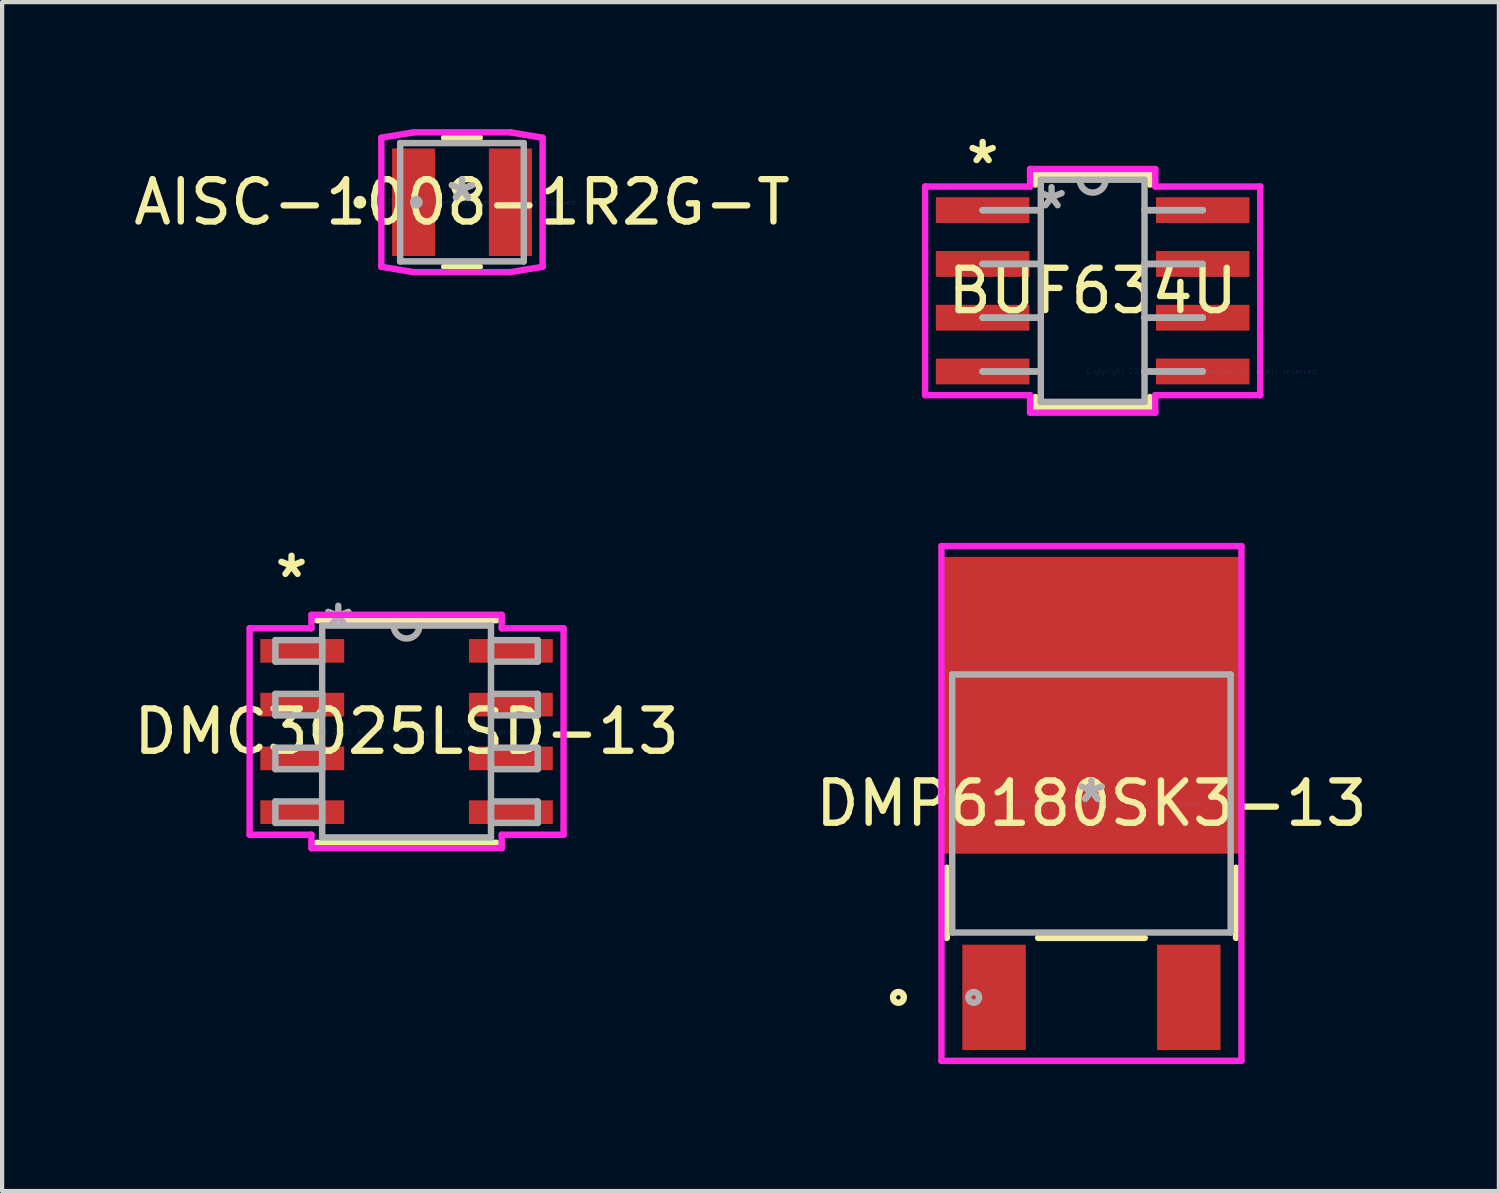
<source format=kicad_pcb>
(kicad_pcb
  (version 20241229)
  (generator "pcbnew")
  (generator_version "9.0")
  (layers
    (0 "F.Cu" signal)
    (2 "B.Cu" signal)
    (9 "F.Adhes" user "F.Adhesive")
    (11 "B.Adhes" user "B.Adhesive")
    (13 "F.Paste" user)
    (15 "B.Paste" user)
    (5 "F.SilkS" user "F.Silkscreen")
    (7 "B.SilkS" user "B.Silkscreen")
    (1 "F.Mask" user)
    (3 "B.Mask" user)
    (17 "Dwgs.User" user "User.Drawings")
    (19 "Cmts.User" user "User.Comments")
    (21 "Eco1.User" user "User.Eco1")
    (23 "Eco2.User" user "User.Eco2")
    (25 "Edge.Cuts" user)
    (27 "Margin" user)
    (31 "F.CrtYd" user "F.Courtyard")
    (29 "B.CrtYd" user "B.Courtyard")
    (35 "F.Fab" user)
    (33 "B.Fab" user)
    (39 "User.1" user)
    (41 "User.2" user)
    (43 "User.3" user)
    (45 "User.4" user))
  (footprint "DMP6180SK3-13"
    (layer "F.Cu")
    (at 22.732 15.93)
    (property "Reference" "DMP6180SK3-13" (at 0 0 0) (layer "F.SilkS") (effects (font (size 1 1) (thickness 0.15))))
    (attr through_hole)
    (fp_line (start -3.416 1.518) (end -3.416 3.175) (stroke (width 0.152) (type solid)) (layer "F.SilkS"))
    (fp_line (start -1.259 3.175) (end 1.259 3.175) (stroke (width 0.152) (type solid)) (layer "F.SilkS"))
    (fp_line (start 3.416 3.175) (end 3.416 1.518) (stroke (width 0.152) (type solid)) (layer "F.SilkS"))
    (fp_circle (center -4.559 4.58) (end -4.432 4.58) (stroke (width 0.152) (type solid)) (fill no) (layer "F.SilkS"))
    (fp_line (start -3.543 -6.079) (end 3.543 -6.079) (stroke (width 0.152) (type solid)) (layer "F.CrtYd"))
    (fp_line (start -3.543 6.079) (end -3.543 -6.079) (stroke (width 0.152) (type solid)) (layer "F.CrtYd"))
    (fp_line (start 3.543 -6.079) (end 3.543 6.079) (stroke (width 0.152) (type solid)) (layer "F.CrtYd"))
    (fp_line (start 3.543 6.079) (end -3.543 6.079) (stroke (width 0.152) (type solid)) (layer "F.CrtYd"))
    (fp_line (start -3.289 -3.048) (end -3.289 3.048) (stroke (width 0.152) (type solid)) (layer "F.Fab"))
    (fp_line (start -3.289 3.048) (end 3.289 3.048) (stroke (width 0.152) (type solid)) (layer "F.Fab"))
    (fp_line (start 3.289 -3.048) (end -3.289 -3.048) (stroke (width 0.152) (type solid)) (layer "F.Fab"))
    (fp_line (start 3.289 3.048) (end 3.289 -3.048) (stroke (width 0.152) (type solid)) (layer "F.Fab"))
    (fp_circle (center -2.781 4.58) (end -2.654 4.58) (stroke (width 0.152) (type solid)) (fill no) (layer "F.Fab"))
    (fp_text user "*" (at 0 0 0) (layer "F.SilkS") (effects (font (size 1 1) (thickness 0.15))))
    (fp_text user "Copyright 2016 Accelerated Designs. All rights reserved." (at 0 0 0) (layer "Cmts.User") (effects (font (size 0.127 0.127) (thickness 0.002))))
    (fp_text user "*" (at 0 0 0) (layer "F.Fab") (effects (font (size 1 1) (thickness 0.15))))
    (pad "1" smd rect (at -2.3 4.58) (size 1.499 2.489) (layers "F.Cu" "F.Mask" "F.Paste"))
    (pad "2" smd rect (at 2.3 4.58) (size 1.499 2.489) (layers "F.Cu" "F.Mask" "F.Paste"))
    (pad "3" smd rect (at 0 -2.32) (size 7.01 7.01) (layers "F.Cu" "F.Mask" "F.Paste")))
  (footprint "AISC-1008-1R2G-T"
    (layer "F.Cu")
    (at 7.863 1.727)
    (property "Reference" "AISC-1008-1R2G-T" (at 0 0 0) (layer "F.SilkS") (effects (font (size 1 1) (thickness 0.15))))
    (attr through_hole)
    (fp_line (start -0.42 -1.524) (end 0.42 -1.524) (stroke (width 0.152) (type solid)) (layer "F.SilkS"))
    (fp_line (start 0.42 1.524) (end -0.42 1.524) (stroke (width 0.152) (type solid)) (layer "F.SilkS"))
    (fp_circle (center -2.413 0) (end -2.337 0) (stroke (width 0.152) (type solid)) (fill no) (layer "F.SilkS"))
    (fp_line (start -1.905 -1.524) (end -1.143 -1.651) (stroke (width 0.152) (type solid)) (layer "F.CrtYd"))
    (fp_line (start -1.905 1.524) (end -1.905 -1.524) (stroke (width 0.152) (type solid)) (layer "F.CrtYd"))
    (fp_line (start -1.905 1.524) (end -1.905 1.524) (stroke (width 0.152) (type solid)) (layer "F.CrtYd"))
    (fp_line (start -1.143 -1.651) (end 1.143 -1.651) (stroke (width 0.152) (type solid)) (layer "F.CrtYd"))
    (fp_line (start -1.143 1.651) (end -1.905 1.524) (stroke (width 0.152) (type solid)) (layer "F.CrtYd"))
    (fp_line (start 1.143 -1.651) (end 1.905 -1.524) (stroke (width 0.152) (type solid)) (layer "F.CrtYd"))
    (fp_line (start 1.143 1.651) (end -1.143 1.651) (stroke (width 0.152) (type solid)) (layer "F.CrtYd"))
    (fp_line (start 1.905 -1.524) (end 1.905 1.524) (stroke (width 0.152) (type solid)) (layer "F.CrtYd"))
    (fp_line (start 1.905 1.524) (end 1.143 1.651) (stroke (width 0.152) (type solid)) (layer "F.CrtYd"))
    (fp_line (start -1.46 -1.397) (end -1.46 -1.397) (stroke (width 0.152) (type solid)) (layer "F.Fab"))
    (fp_line (start -1.46 -1.397) (end 1.46 -1.397) (stroke (width 0.152) (type solid)) (layer "F.Fab"))
    (fp_line (start -1.46 1.397) (end -1.46 -1.397) (stroke (width 0.152) (type solid)) (layer "F.Fab"))
    (fp_line (start -1.46 1.397) (end -1.46 1.397) (stroke (width 0.152) (type solid)) (layer "F.Fab"))
    (fp_line (start 1.46 -1.397) (end 1.46 -1.397) (stroke (width 0.152) (type solid)) (layer "F.Fab"))
    (fp_line (start 1.46 -1.397) (end 1.46 1.397) (stroke (width 0.152) (type solid)) (layer "F.Fab"))
    (fp_line (start 1.46 1.397) (end -1.46 1.397) (stroke (width 0.152) (type solid)) (layer "F.Fab"))
    (fp_line (start 1.46 1.397) (end 1.46 1.397) (stroke (width 0.152) (type solid)) (layer "F.Fab"))
    (fp_circle (center -1.079 0) (end -1.003 0) (stroke (width 0.152) (type solid)) (fill no) (layer "F.Fab"))
    (fp_text user "*" (at 0 0 0) (layer "F.SilkS") (effects (font (size 1 1) (thickness 0.15))))
    (fp_text user "Copyright 2016 Accelerated Designs. All rights reserved." (at 0 0 0) (layer "Cmts.User") (effects (font (size 0.127 0.127) (thickness 0.002))))
    (fp_text user "*" (at 0 0 0) (layer "F.Fab") (effects (font (size 1 1) (thickness 0.15))))
    (pad "1" smd rect (at -1.143 0) (size 1.016 2.54) (layers "F.Cu" "F.Mask" "F.Paste"))
    (pad "2" smd rect (at 1.143 0) (size 1.016 2.54) (layers "F.Cu" "F.Mask" "F.Paste")))
  (footprint "BUF634U"
    (layer "F.Cu")
    (at 25.361 5.725)
    (property "Reference" "BUF634U" (at -2.6 -1.905 0) (layer "F.SilkS") (effects (font (size 1 1) (thickness 0.15))))
    (attr through_hole)
    (fp_line (start -3.952 -4.656) (end -3.952 -4.415) (stroke (width 0.152) (type solid)) (layer "F.SilkS"))
    (fp_line (start -3.952 0.605) (end -3.952 0.846) (stroke (width 0.152) (type solid)) (layer "F.SilkS"))
    (fp_line (start -3.952 0.846) (end -1.248 0.846) (stroke (width 0.152) (type solid)) (layer "F.SilkS"))
    (fp_line (start -1.248 -4.656) (end -3.952 -4.656) (stroke (width 0.152) (type solid)) (layer "F.SilkS"))
    (fp_line (start -1.248 -4.415) (end -1.248 -4.656) (stroke (width 0.152) (type solid)) (layer "F.SilkS"))
    (fp_line (start -1.248 0.846) (end -1.248 0.605) (stroke (width 0.152) (type solid)) (layer "F.SilkS"))
    (fp_line (start -6.558 -4.369) (end -6.558 0.559) (stroke (width 0.152) (type solid)) (layer "F.CrtYd"))
    (fp_line (start -6.558 0.559) (end -4.079 0.559) (stroke (width 0.152) (type solid)) (layer "F.CrtYd"))
    (fp_line (start -4.079 -4.783) (end -4.079 -4.369) (stroke (width 0.152) (type solid)) (layer "F.CrtYd"))
    (fp_line (start -4.079 -4.369) (end -6.558 -4.369) (stroke (width 0.152) (type solid)) (layer "F.CrtYd"))
    (fp_line (start -4.079 0.559) (end -4.079 0.973) (stroke (width 0.152) (type solid)) (layer "F.CrtYd"))
    (fp_line (start -4.079 0.973) (end -1.121 0.973) (stroke (width 0.152) (type solid)) (layer "F.CrtYd"))
    (fp_line (start -1.121 -4.783) (end -4.079 -4.783) (stroke (width 0.152) (type solid)) (layer "F.CrtYd"))
    (fp_line (start -1.121 -4.369) (end -1.121 -4.783) (stroke (width 0.152) (type solid)) (layer "F.CrtYd"))
    (fp_line (start -1.121 0.559) (end 1.359 0.559) (stroke (width 0.152) (type solid)) (layer "F.CrtYd"))
    (fp_line (start -1.121 0.973) (end -1.121 0.559) (stroke (width 0.152) (type solid)) (layer "F.CrtYd"))
    (fp_line (start 1.359 -4.369) (end -1.121 -4.369) (stroke (width 0.152) (type solid)) (layer "F.CrtYd"))
    (fp_line (start 1.359 0.559) (end 1.359 -4.369) (stroke (width 0.152) (type solid)) (layer "F.CrtYd"))
    (fp_line (start -5.199 -3.81) (end -5.199 -3.81) (stroke (width 0.152) (type solid)) (layer "F.Fab"))
    (fp_line (start -5.199 -3.81) (end -3.825 -3.81) (stroke (width 0.152) (type solid)) (layer "F.Fab"))
    (fp_line (start -5.199 -2.54) (end -5.199 -2.54) (stroke (width 0.152) (type solid)) (layer "F.Fab"))
    (fp_line (start -5.199 -2.54) (end -3.825 -2.54) (stroke (width 0.152) (type solid)) (layer "F.Fab"))
    (fp_line (start -5.199 -1.27) (end -5.199 -1.27) (stroke (width 0.152) (type solid)) (layer "F.Fab"))
    (fp_line (start -5.199 -1.27) (end -3.825 -1.27) (stroke (width 0.152) (type solid)) (layer "F.Fab"))
    (fp_line (start -5.199 0) (end -5.199 0) (stroke (width 0.152) (type solid)) (layer "F.Fab"))
    (fp_line (start -5.199 0) (end -3.825 0) (stroke (width 0.152) (type solid)) (layer "F.Fab"))
    (fp_line (start -3.825 -4.529) (end -3.825 0.719) (stroke (width 0.152) (type solid)) (layer "F.Fab"))
    (fp_line (start -3.825 -3.81) (end -5.199 -3.81) (stroke (width 0.152) (type solid)) (layer "F.Fab"))
    (fp_line (start -3.825 -3.81) (end -3.825 -3.81) (stroke (width 0.152) (type solid)) (layer "F.Fab"))
    (fp_line (start -3.825 -2.54) (end -5.199 -2.54) (stroke (width 0.152) (type solid)) (layer "F.Fab"))
    (fp_line (start -3.825 -2.54) (end -3.825 -2.54) (stroke (width 0.152) (type solid)) (layer "F.Fab"))
    (fp_line (start -3.825 -1.27) (end -5.199 -1.27) (stroke (width 0.152) (type solid)) (layer "F.Fab"))
    (fp_line (start -3.825 -1.27) (end -3.825 -1.27) (stroke (width 0.152) (type solid)) (layer "F.Fab"))
    (fp_line (start -3.825 0) (end -5.199 0) (stroke (width 0.152) (type solid)) (layer "F.Fab"))
    (fp_line (start -3.825 0) (end -3.825 0) (stroke (width 0.152) (type solid)) (layer "F.Fab"))
    (fp_line (start -3.825 0.719) (end -1.375 0.719) (stroke (width 0.152) (type solid)) (layer "F.Fab"))
    (fp_line (start -1.375 -4.529) (end -3.825 -4.529) (stroke (width 0.152) (type solid)) (layer "F.Fab"))
    (fp_line (start -1.375 -3.81) (end -1.375 -3.81) (stroke (width 0.152) (type solid)) (layer "F.Fab"))
    (fp_line (start -1.375 -3.81) (end 0 -3.81) (stroke (width 0.152) (type solid)) (layer "F.Fab"))
    (fp_line (start -1.375 -2.54) (end -1.375 -2.54) (stroke (width 0.152) (type solid)) (layer "F.Fab"))
    (fp_line (start -1.375 -2.54) (end 0 -2.54) (stroke (width 0.152) (type solid)) (layer "F.Fab"))
    (fp_line (start -1.375 -1.27) (end -1.375 -1.27) (stroke (width 0.152) (type solid)) (layer "F.Fab"))
    (fp_line (start -1.375 -1.27) (end 0 -1.27) (stroke (width 0.152) (type solid)) (layer "F.Fab"))
    (fp_line (start -1.375 0) (end -1.375 0) (stroke (width 0.152) (type solid)) (layer "F.Fab"))
    (fp_line (start -1.375 0) (end 0 0) (stroke (width 0.152) (type solid)) (layer "F.Fab"))
    (fp_line (start -1.375 0.719) (end -1.375 -4.529) (stroke (width 0.152) (type solid)) (layer "F.Fab"))
    (fp_line (start 0 -3.81) (end -1.375 -3.81) (stroke (width 0.152) (type solid)) (layer "F.Fab"))
    (fp_line (start 0 -3.81) (end 0 -3.81) (stroke (width 0.152) (type solid)) (layer "F.Fab"))
    (fp_line (start 0 -2.54) (end -1.375 -2.54) (stroke (width 0.152) (type solid)) (layer "F.Fab"))
    (fp_line (start 0 -2.54) (end 0 -2.54) (stroke (width 0.152) (type solid)) (layer "F.Fab"))
    (fp_line (start 0 -1.27) (end -1.375 -1.27) (stroke (width 0.152) (type solid)) (layer "F.Fab"))
    (fp_line (start 0 -1.27) (end 0 -1.27) (stroke (width 0.152) (type solid)) (layer "F.Fab"))
    (fp_line (start 0 0) (end -1.375 0) (stroke (width 0.152) (type solid)) (layer "F.Fab"))
    (fp_line (start 0 0) (end 0 0) (stroke (width 0.152) (type solid)) (layer "F.Fab"))
    (fp_arc (start -2.29489 -4.529356) (mid -2.59969 -4.224556) (end -2.90449 -4.529356) (stroke (width 0.1524) (type solid)) (layer "F.Fab"))
    (fp_text user "*" (at -5.199 -4.877 0) (layer "F.SilkS") (effects (font (size 1 1) (thickness 0.15))))
    (fp_text user "Copyright 2016 Accelerated Designs. All rights reserved." (at 0 0 0) (layer "Cmts.User") (effects (font (size 0.127 0.127) (thickness 0.002))))
    (fp_text user "*" (at -3.571 -3.81 0) (layer "F.Fab") (effects (font (size 1 1) (thickness 0.15))))
    (pad "1" smd rect (at -5.199 -3.81) (size 2.21 0.61) (layers "F.Cu" "F.Mask" "F.Paste"))
    (pad "2" smd rect (at -5.199 -2.54) (size 2.21 0.61) (layers "F.Cu" "F.Mask" "F.Paste"))
    (pad "3" smd rect (at -5.199 -1.27) (size 2.21 0.61) (layers "F.Cu" "F.Mask" "F.Paste"))
    (pad "4" smd rect (at -5.199 0) (size 2.21 0.61) (layers "F.Cu" "F.Mask" "F.Paste"))
    (pad "5" smd rect (at 0 0) (size 2.21 0.61) (layers "F.Cu" "F.Mask" "F.Paste"))
    (pad "6" smd rect (at 0 -1.27) (size 2.21 0.61) (layers "F.Cu" "F.Mask" "F.Paste"))
    (pad "7" smd rect (at 0 -2.54) (size 2.21 0.61) (layers "F.Cu" "F.Mask" "F.Paste"))
    (pad "8" smd rect (at 0 -3.81) (size 2.21 0.61) (layers "F.Cu" "F.Mask" "F.Paste")))
  (footprint "DMC3025LSD-13"
    (layer "F.Cu")
    (at 6.554 14.23)
    (property "Reference" "DMC3025LSD-13" (at 0 0 0) (layer "F.SilkS") (effects (font (size 1 1) (thickness 0.15))))
    (attr through_hole)
    (fp_line (start -2.121 2.629) (end 2.121 2.629) (stroke (width 0.152) (type solid)) (layer "F.SilkS"))
    (fp_line (start 2.121 -2.629) (end -2.121 -2.629) (stroke (width 0.152) (type solid)) (layer "F.SilkS"))
    (fp_line (start -3.708 -2.438) (end -2.248 -2.438) (stroke (width 0.152) (type solid)) (layer "F.CrtYd"))
    (fp_line (start -3.708 2.438) (end -3.708 -2.438) (stroke (width 0.152) (type solid)) (layer "F.CrtYd"))
    (fp_line (start -2.248 -2.756) (end 2.248 -2.756) (stroke (width 0.152) (type solid)) (layer "F.CrtYd"))
    (fp_line (start -2.248 -2.438) (end -2.248 -2.756) (stroke (width 0.152) (type solid)) (layer "F.CrtYd"))
    (fp_line (start -2.248 2.438) (end -3.708 2.438) (stroke (width 0.152) (type solid)) (layer "F.CrtYd"))
    (fp_line (start -2.248 2.756) (end -2.248 2.438) (stroke (width 0.152) (type solid)) (layer "F.CrtYd"))
    (fp_line (start 2.248 -2.756) (end 2.248 -2.438) (stroke (width 0.152) (type solid)) (layer "F.CrtYd"))
    (fp_line (start 2.248 -2.438) (end 3.708 -2.438) (stroke (width 0.152) (type solid)) (layer "F.CrtYd"))
    (fp_line (start 2.248 2.438) (end 2.248 2.756) (stroke (width 0.152) (type solid)) (layer "F.CrtYd"))
    (fp_line (start 2.248 2.756) (end -2.248 2.756) (stroke (width 0.152) (type solid)) (layer "F.CrtYd"))
    (fp_line (start 3.708 -2.438) (end 3.708 2.438) (stroke (width 0.152) (type solid)) (layer "F.CrtYd"))
    (fp_line (start 3.708 2.438) (end 2.248 2.438) (stroke (width 0.152) (type solid)) (layer "F.CrtYd"))
    (fp_line (start -3.099 -2.159) (end -3.099 -1.651) (stroke (width 0.152) (type solid)) (layer "F.Fab"))
    (fp_line (start -3.099 -1.651) (end -1.994 -1.651) (stroke (width 0.152) (type solid)) (layer "F.Fab"))
    (fp_line (start -3.099 -0.889) (end -3.099 -0.381) (stroke (width 0.152) (type solid)) (layer "F.Fab"))
    (fp_line (start -3.099 -0.381) (end -1.994 -0.381) (stroke (width 0.152) (type solid)) (layer "F.Fab"))
    (fp_line (start -3.099 0.381) (end -3.099 0.889) (stroke (width 0.152) (type solid)) (layer "F.Fab"))
    (fp_line (start -3.099 0.889) (end -1.994 0.889) (stroke (width 0.152) (type solid)) (layer "F.Fab"))
    (fp_line (start -3.099 1.651) (end -3.099 2.159) (stroke (width 0.152) (type solid)) (layer "F.Fab"))
    (fp_line (start -3.099 2.159) (end -1.994 2.159) (stroke (width 0.152) (type solid)) (layer "F.Fab"))
    (fp_line (start -1.994 -2.502) (end -1.994 2.502) (stroke (width 0.152) (type solid)) (layer "F.Fab"))
    (fp_line (start -1.994 -2.159) (end -3.099 -2.159) (stroke (width 0.152) (type solid)) (layer "F.Fab"))
    (fp_line (start -1.994 -1.651) (end -1.994 -2.159) (stroke (width 0.152) (type solid)) (layer "F.Fab"))
    (fp_line (start -1.994 -0.889) (end -3.099 -0.889) (stroke (width 0.152) (type solid)) (layer "F.Fab"))
    (fp_line (start -1.994 -0.381) (end -1.994 -0.889) (stroke (width 0.152) (type solid)) (layer "F.Fab"))
    (fp_line (start -1.994 0.381) (end -3.099 0.381) (stroke (width 0.152) (type solid)) (layer "F.Fab"))
    (fp_line (start -1.994 0.889) (end -1.994 0.381) (stroke (width 0.152) (type solid)) (layer "F.Fab"))
    (fp_line (start -1.994 1.651) (end -3.099 1.651) (stroke (width 0.152) (type solid)) (layer "F.Fab"))
    (fp_line (start -1.994 2.159) (end -1.994 1.651) (stroke (width 0.152) (type solid)) (layer "F.Fab"))
    (fp_line (start -1.994 2.502) (end 1.994 2.502) (stroke (width 0.152) (type solid)) (layer "F.Fab"))
    (fp_line (start 1.994 -2.502) (end -1.994 -2.502) (stroke (width 0.152) (type solid)) (layer "F.Fab"))
    (fp_line (start 1.994 -2.159) (end 1.994 -1.651) (stroke (width 0.152) (type solid)) (layer "F.Fab"))
    (fp_line (start 1.994 -1.651) (end 3.099 -1.651) (stroke (width 0.152) (type solid)) (layer "F.Fab"))
    (fp_line (start 1.994 -0.889) (end 1.994 -0.381) (stroke (width 0.152) (type solid)) (layer "F.Fab"))
    (fp_line (start 1.994 -0.381) (end 3.099 -0.381) (stroke (width 0.152) (type solid)) (layer "F.Fab"))
    (fp_line (start 1.994 0.381) (end 1.994 0.889) (stroke (width 0.152) (type solid)) (layer "F.Fab"))
    (fp_line (start 1.994 0.889) (end 3.099 0.889) (stroke (width 0.152) (type solid)) (layer "F.Fab"))
    (fp_line (start 1.994 1.651) (end 1.994 2.159) (stroke (width 0.152) (type solid)) (layer "F.Fab"))
    (fp_line (start 1.994 2.159) (end 3.099 2.159) (stroke (width 0.152) (type solid)) (layer "F.Fab"))
    (fp_line (start 1.994 2.502) (end 1.994 -2.502) (stroke (width 0.152) (type solid)) (layer "F.Fab"))
    (fp_line (start 3.099 -2.159) (end 1.994 -2.159) (stroke (width 0.152) (type solid)) (layer "F.Fab"))
    (fp_line (start 3.099 -1.651) (end 3.099 -2.159) (stroke (width 0.152) (type solid)) (layer "F.Fab"))
    (fp_line (start 3.099 -0.889) (end 1.994 -0.889) (stroke (width 0.152) (type solid)) (layer "F.Fab"))
    (fp_line (start 3.099 -0.381) (end 3.099 -0.889) (stroke (width 0.152) (type solid)) (layer "F.Fab"))
    (fp_line (start 3.099 0.381) (end 1.994 0.381) (stroke (width 0.152) (type solid)) (layer "F.Fab"))
    (fp_line (start 3.099 0.889) (end 3.099 0.381) (stroke (width 0.152) (type solid)) (layer "F.Fab"))
    (fp_line (start 3.099 1.651) (end 1.994 1.651) (stroke (width 0.152) (type solid)) (layer "F.Fab"))
    (fp_line (start 3.099 2.159) (end 3.099 1.651) (stroke (width 0.152) (type solid)) (layer "F.Fab"))
    (fp_arc (start 0.3048 -2.5019) (mid 0 -2.1971) (end -0.3048 -2.5019) (stroke (width 0.1524) (type solid)) (layer "F.Fab"))
    (fp_text user "*" (at -2.718 -3.607 0) (layer "F.SilkS") (effects (font (size 1 1) (thickness 0.15))))
    (fp_text user "Copyright 2016 Accelerated Designs. All rights reserved." (at 0 0 0) (layer "Cmts.User") (effects (font (size 0.127 0.127) (thickness 0.002))))
    (fp_text user "*" (at -1.613 -2.426 0) (layer "F.Fab") (effects (font (size 1 1) (thickness 0.15))))
    (pad "1" smd rect (at -2.464 -1.905) (size 1.981 0.559) (layers "F.Cu" "F.Mask" "F.Paste"))
    (pad "2" smd rect (at -2.464 -0.635) (size 1.981 0.559) (layers "F.Cu" "F.Mask" "F.Paste"))
    (pad "3" smd rect (at -2.464 0.635) (size 1.981 0.559) (layers "F.Cu" "F.Mask" "F.Paste"))
    (pad "4" smd rect (at -2.464 1.905) (size 1.981 0.559) (layers "F.Cu" "F.Mask" "F.Paste"))
    (pad "5" smd rect (at 2.464 1.905) (size 1.981 0.559) (layers "F.Cu" "F.Mask" "F.Paste"))
    (pad "6" smd rect (at 2.464 0.635) (size 1.981 0.559) (layers "F.Cu" "F.Mask" "F.Paste"))
    (pad "7" smd rect (at 2.464 -0.635) (size 1.981 0.559) (layers "F.Cu" "F.Mask" "F.Paste"))
    (pad "8" smd rect (at 2.464 -1.905) (size 1.981 0.559) (layers "F.Cu" "F.Mask" "F.Paste")))
  (gr_rect
    (start -3 -3)
    (end 32.357 25.085)
    (stroke (width 0.1) (type default))
    (fill no)
    (layer "Edge.Cuts")))
</source>
